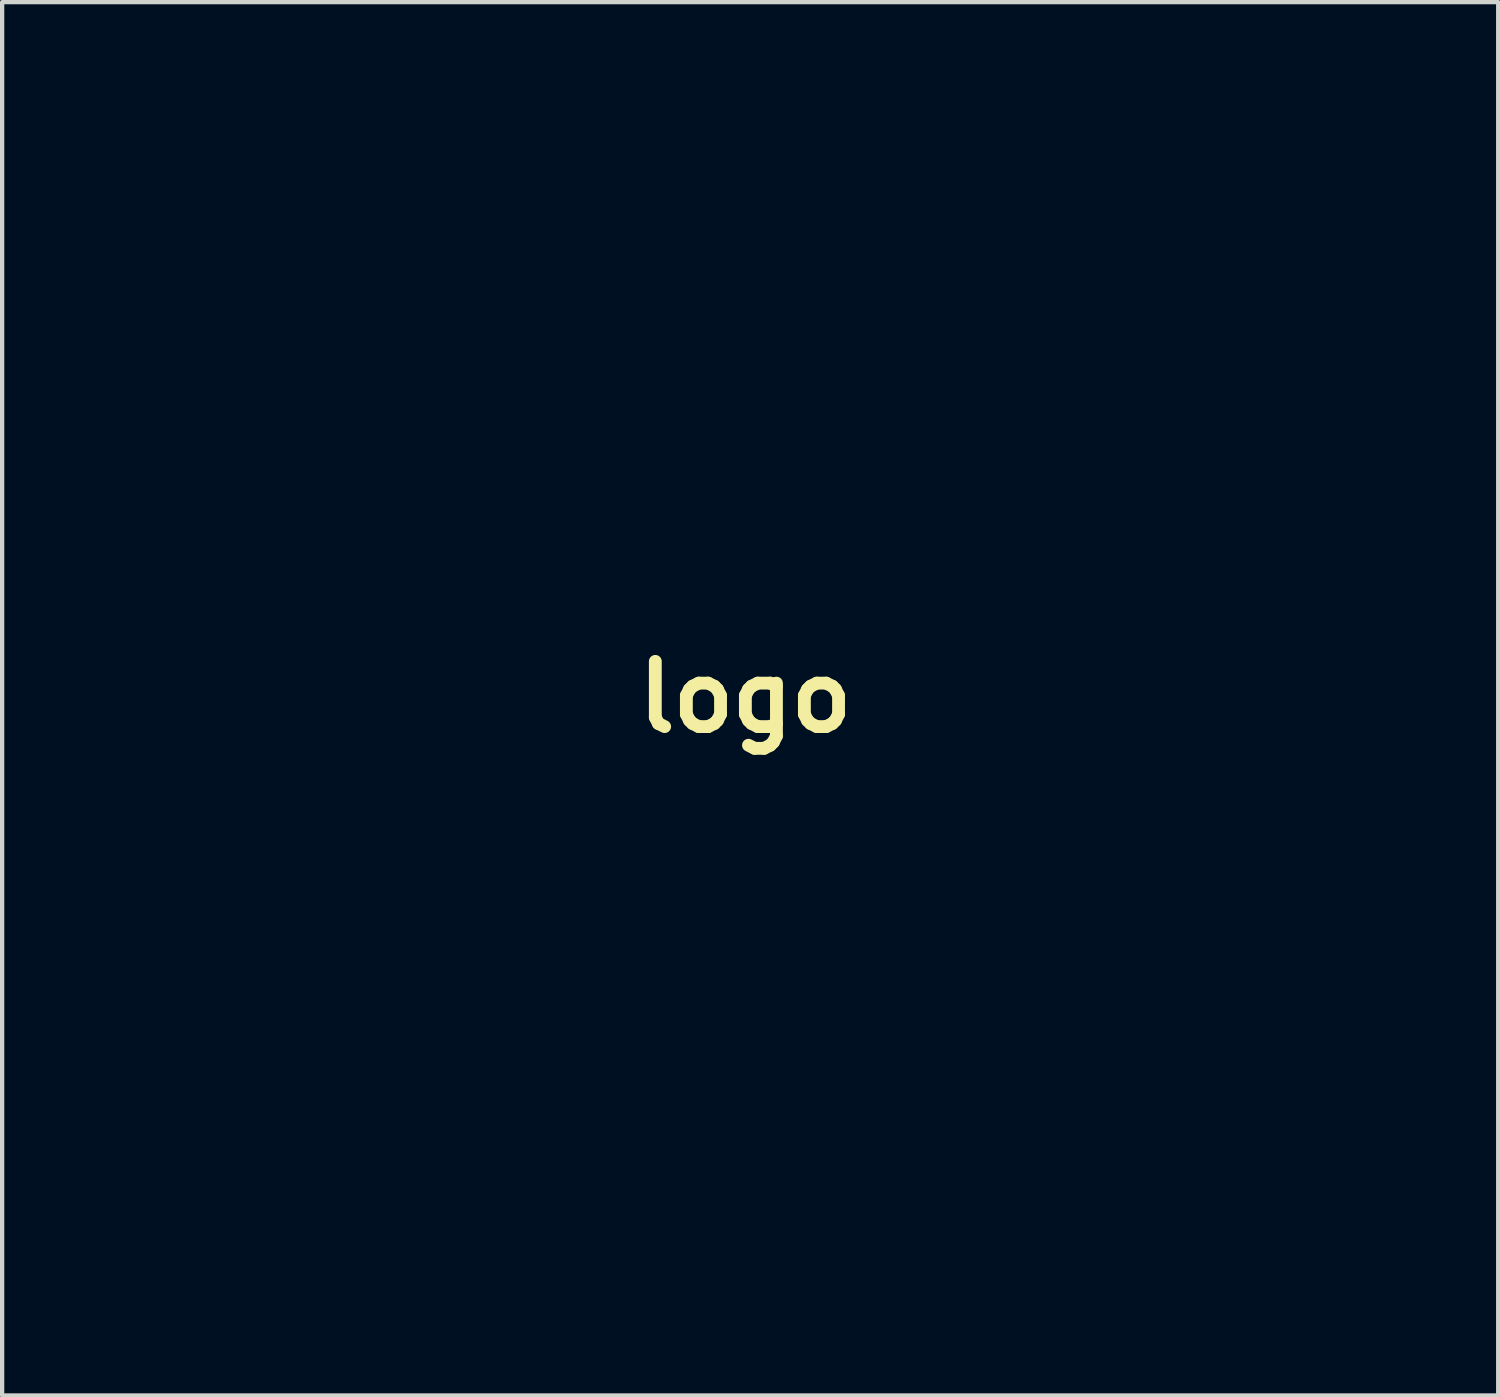
<source format=kicad_pcb>
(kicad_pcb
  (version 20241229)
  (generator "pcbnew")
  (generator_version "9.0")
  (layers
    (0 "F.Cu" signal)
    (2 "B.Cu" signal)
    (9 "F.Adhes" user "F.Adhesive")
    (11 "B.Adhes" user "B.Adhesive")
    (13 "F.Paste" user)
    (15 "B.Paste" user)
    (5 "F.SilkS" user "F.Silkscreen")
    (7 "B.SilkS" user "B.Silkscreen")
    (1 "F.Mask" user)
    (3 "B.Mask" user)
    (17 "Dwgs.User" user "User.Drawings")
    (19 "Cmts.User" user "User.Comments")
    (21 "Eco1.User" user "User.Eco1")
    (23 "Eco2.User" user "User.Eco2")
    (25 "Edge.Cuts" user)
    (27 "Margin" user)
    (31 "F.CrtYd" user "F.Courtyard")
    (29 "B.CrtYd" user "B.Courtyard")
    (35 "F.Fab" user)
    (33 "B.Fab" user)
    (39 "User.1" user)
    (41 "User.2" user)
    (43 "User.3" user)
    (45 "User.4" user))
  (footprint "logo"
    (layer "F.Cu")
    (at 14.368 13.24)
    (property "Reference" "logo" (at 0 0 0) (layer "F.SilkS") (effects (font (size 1.524 1.524) (thickness 0.3))))
    (attr through_hole)
    (fp_poly (pts (xy -6.869 10.268) (xy -6.4 10.756) (xy -6.293 10.943) (xy -5.673 11.706) (xy -4.911 11.987) (xy -4.094 11.785) (xy -3.313 11.1) (xy -3.197 10.946) (xy -2.628 10.324) (xy -2.157 10.218) (xy -1.754 10.628) (xy -1.651 10.832) (xy -1.07 11.577) (xy -0.265 11.935) (xy 0.606 11.839) (xy 0.672 11.811) (xy 1.303 11.329) (xy 1.651 10.832) (xy 2.038 10.281) (xy 2.485 10.243) (xy 3.024 10.718) (xy 3.208 10.961) (xy 3.918 11.641) (xy 4.719 11.938) (xy 5.482 11.854) (xy 6.075 11.388) (xy 6.283 10.962) (xy 6.624 10.555) (xy 7.14 10.428) (xy 7.579 10.635) (xy 7.615 10.687) (xy 7.615 11.123) (xy 7.341 11.764) (xy 6.893 12.431) (xy 6.37 12.943) (xy 6.359 12.951) (xy 5.428 13.312) (xy 4.345 13.315) (xy 3.343 12.97) (xy 3.098 12.804) (xy 2.592 12.441) (xy 2.267 12.405) (xy 1.891 12.683) (xy 1.83 12.737) (xy 1.088 13.109) (xy 0.095 13.248) (xy -0.92 13.152) (xy -1.725 12.822) (xy -1.83 12.737) (xy -2.229 12.422) (xy -2.548 12.42) (xy -3.019 12.742) (xy -3.098 12.804) (xy -4.114 13.285) (xy -5.256 13.28) (xy -6.355 12.833) (xy -7.134 12.183) (xy -7.611 11.426) (xy -7.702 10.711) (xy -7.664 10.578) (xy -7.328 10.199) (xy -6.869 10.268)) (stroke (width 0.01) (type solid)) (fill no) (layer "Eco2.User"))
    (fp_poly (pts (xy 5.985 6.766) (xy 6.623 7.344) (xy 7.222 7.7) (xy 7.456 7.754) (xy 8.026 7.576) (xy 8.616 7.156) (xy 9.021 6.66) (xy 9.091 6.417) (xy 9.3 6.202) (xy 9.75 6.162) (xy 10.179 6.299) (xy 10.289 6.409) (xy 10.289 6.846) (xy 10.015 7.486) (xy 9.567 8.153) (xy 9.044 8.665) (xy 9.033 8.673) (xy 8.107 9.032) (xy 7.026 9.039) (xy 6.03 8.702) (xy 5.784 8.536) (xy 5.08 7.982) (xy 4.376 8.536) (xy 3.459 8.979) (xy 2.674 9.091) (xy 1.627 8.894) (xy 0.972 8.536) (xy 0.267 7.982) (xy -0.437 8.536) (xy -1.441 9.007) (xy -2.574 9.01) (xy -3.609 8.6) (xy -4.181 8.291) (xy -4.592 8.274) (xy -5.129 8.549) (xy -5.214 8.6) (xy -6.404 9.037) (xy -7.625 8.952) (xy -8.422 8.6) (xy -8.993 8.291) (xy -9.404 8.274) (xy -9.942 8.549) (xy -10.026 8.6) (xy -11.205 9.026) (xy -12.435 8.963) (xy -13.131 8.69) (xy -13.683 8.219) (xy -14.127 7.555) (xy -14.363 6.887) (xy -14.314 6.433) (xy -13.915 6.162) (xy -13.389 6.389) (xy -12.876 6.952) (xy -12.145 7.602) (xy -11.353 7.752) (xy -10.599 7.412) (xy -10.01 6.652) (xy -9.537 6.04) (xy -9.05 5.925) (xy -8.611 6.319) (xy -8.567 6.396) (xy -7.887 7.32) (xy -7.133 7.723) (xy -6.339 7.603) (xy -5.538 6.953) (xy -5.426 6.818) (xy -4.795 6.137) (xy -4.317 5.931) (xy -3.913 6.19) (xy -3.626 6.652) (xy -2.997 7.457) (xy -2.247 7.758) (xy -1.446 7.551) (xy -0.662 6.834) (xy -0.65 6.818) (xy -0.092 6.217) (xy 0.402 5.905) (xy 0.728 5.928) (xy 0.802 6.162) (xy 1.014 6.621) (xy 1.525 7.145) (xy 2.147 7.575) (xy 2.692 7.754) (xy 2.692 7.754) (xy 3.217 7.561) (xy 3.875 7.065) (xy 4.175 6.766) (xy 5.08 5.778) (xy 5.985 6.766)) (stroke (width 0.01) (type solid)) (fill no) (layer "Eco2.User"))
    (fp_poly (pts (xy 0.099 -13.197) (xy 0.26 -13.023) (xy 0.368 -12.622) (xy 0.444 -11.903) (xy 0.508 -10.778) (xy 0.535 -10.189) (xy 0.668 -7.143) (xy 1.738 -6.826) (xy 2.567 -6.536) (xy 3.256 -6.223) (xy 3.359 -6.163) (xy 3.659 -6.027) (xy 3.966 -6.074) (xy 4.377 -6.363) (xy 4.991 -6.955) (xy 5.483 -7.465) (xy 6.468 -8.421) (xy 7.183 -8.935) (xy 7.584 -9.035) (xy 8.023 -8.892) (xy 8.144 -8.601) (xy 7.923 -8.107) (xy 7.341 -7.356) (xy 6.617 -6.55) (xy 4.927 -4.731) (xy 5.538 -3.523) (xy 5.896 -2.725) (xy 6.116 -2.057) (xy 6.149 -1.835) (xy 6.2 -1.624) (xy 6.413 -1.48) (xy 6.877 -1.387) (xy 7.683 -1.327) (xy 8.919 -1.285) (xy 9.157 -1.279) (xy 10.463 -1.24) (xy 11.324 -1.188) (xy 11.834 -1.105) (xy 12.082 -0.973) (xy 12.161 -0.772) (xy 12.165 -0.668) (xy 12.129 -0.434) (xy 11.958 -0.277) (xy 11.562 -0.176) (xy 10.848 -0.115) (xy 9.726 -0.073) (xy 9.19 -0.058) (xy 6.214 0.017) (xy 5.878 1.217) (xy 5.694 1.99) (xy 5.707 2.466) (xy 5.935 2.848) (xy 6.021 2.947) (xy 6.75 3.427) (xy 7.54 3.429) (xy 8.273 2.978) (xy 8.706 2.374) (xy 9.175 1.755) (xy 9.656 1.67) (xy 10.13 2.12) (xy 10.277 2.374) (xy 10.907 3.167) (xy 11.666 3.479) (xy 12.457 3.301) (xy 13.143 2.674) (xy 13.757 2.052) (xy 14.264 1.883) (xy 14.571 2.123) (xy 14.586 2.734) (xy 14.426 3.237) (xy 13.805 4.102) (xy 12.88 4.628) (xy 11.789 4.778) (xy 10.667 4.517) (xy 10.294 4.322) (xy 9.722 4.013) (xy 9.312 3.996) (xy 8.774 4.271) (xy 8.689 4.322) (xy 7.499 4.758) (xy 6.278 4.674) (xy 5.481 4.322) (xy 4.91 4.013) (xy 4.499 3.996) (xy 3.961 4.271) (xy 3.877 4.322) (xy 2.744 4.749) (xy 1.617 4.707) (xy 0.704 4.258) (xy 0 3.704) (xy -0.704 4.258) (xy -1.621 4.701) (xy -2.406 4.813) (xy -3.453 4.616) (xy -4.108 4.258) (xy -4.813 3.704) (xy -5.517 4.258) (xy -6.541 4.75) (xy -7.664 4.78) (xy -8.731 4.354) (xy -9.086 4.077) (xy -9.671 3.384) (xy -9.951 2.717) (xy -9.903 2.195) (xy -9.504 1.935) (xy -9.492 1.933) (xy -8.937 2.109) (xy -8.501 2.668) (xy -7.899 3.314) (xy -7.143 3.464) (xy -6.301 3.11) (xy -6.151 2.996) (xy -5.802 2.672) (xy -5.692 2.343) (xy -5.799 1.817) (xy -5.96 1.325) (xy -6.362 0.134) (xy -9.114 0.057) (xy -10.607 -0.016) (xy -11.622 -0.147) (xy -12.212 -0.355) (xy -12.434 -0.655) (xy -12.388 -0.955) (xy -12.268 -1.069) (xy -4.978 -1.069) (xy -4.845 0.4) (xy -4.356 1.729) (xy -3.648 2.83) (xy -2.906 3.398) (xy -2.128 3.433) (xy -1.313 2.937) (xy -1.191 2.82) (xy -0.747 2.302) (xy -0.537 1.911) (xy -0.535 1.884) (xy -0.382 1.604) (xy 0.008 1.691) (xy 0.533 2.099) (xy 0.918 2.54) (xy 1.689 3.287) (xy 2.447 3.502) (xy 3.177 3.19) (xy 3.862 2.355) (xy 4.173 1.764) (xy 4.722 0.072) (xy 4.765 -1.52) (xy 4.308 -2.973) (xy 3.358 -4.249) (xy 3.118 -4.471) (xy 1.798 -5.342) (xy 0.442 -5.738) (xy -0.889 -5.713) (xy -2.133 -5.317) (xy -3.226 -4.603) (xy -4.106 -3.623) (xy -4.711 -2.428) (xy -4.978 -1.069) (xy -12.268 -1.069) (xy -12.201 -1.132) (xy -11.748 -1.247) (xy -10.945 -1.312) (xy -9.711 -1.336) (xy -9.334 -1.337) (xy -6.427 -1.337) (xy -6.25 -2.072) (xy -6.013 -2.792) (xy -5.648 -3.651) (xy -5.553 -3.846) (xy -5.033 -4.884) (xy -6.661 -6.527) (xy -7.608 -7.565) (xy -8.146 -8.349) (xy -8.266 -8.86) (xy -7.96 -9.082) (xy -7.828 -9.091) (xy -7.437 -8.911) (xy -6.796 -8.433) (xy -6.018 -7.747) (xy -5.723 -7.462) (xy -4.08 -5.833) (xy -3.178 -6.299) (xy -2.381 -6.665) (xy -1.656 -6.93) (xy -1.606 -6.944) (xy -1.317 -7.042) (xy -1.12 -7.218) (xy -0.993 -7.569) (xy -0.91 -8.191) (xy -0.848 -9.18) (xy -0.802 -10.178) (xy -0.738 -11.497) (xy -0.669 -12.37) (xy -0.576 -12.89) (xy -0.44 -13.147) (xy -0.24 -13.23) (xy -0.134 -13.235) (xy 0.099 -13.197)) (stroke (width 0.01) (type solid)) (fill no) (layer "Eco2.User")))
  (gr_rect
    (start -3 -3)
    (end 31.96 29.56)
    (stroke (width 0.1) (type default))
    (fill no)
    (layer "Edge.Cuts")))
</source>
